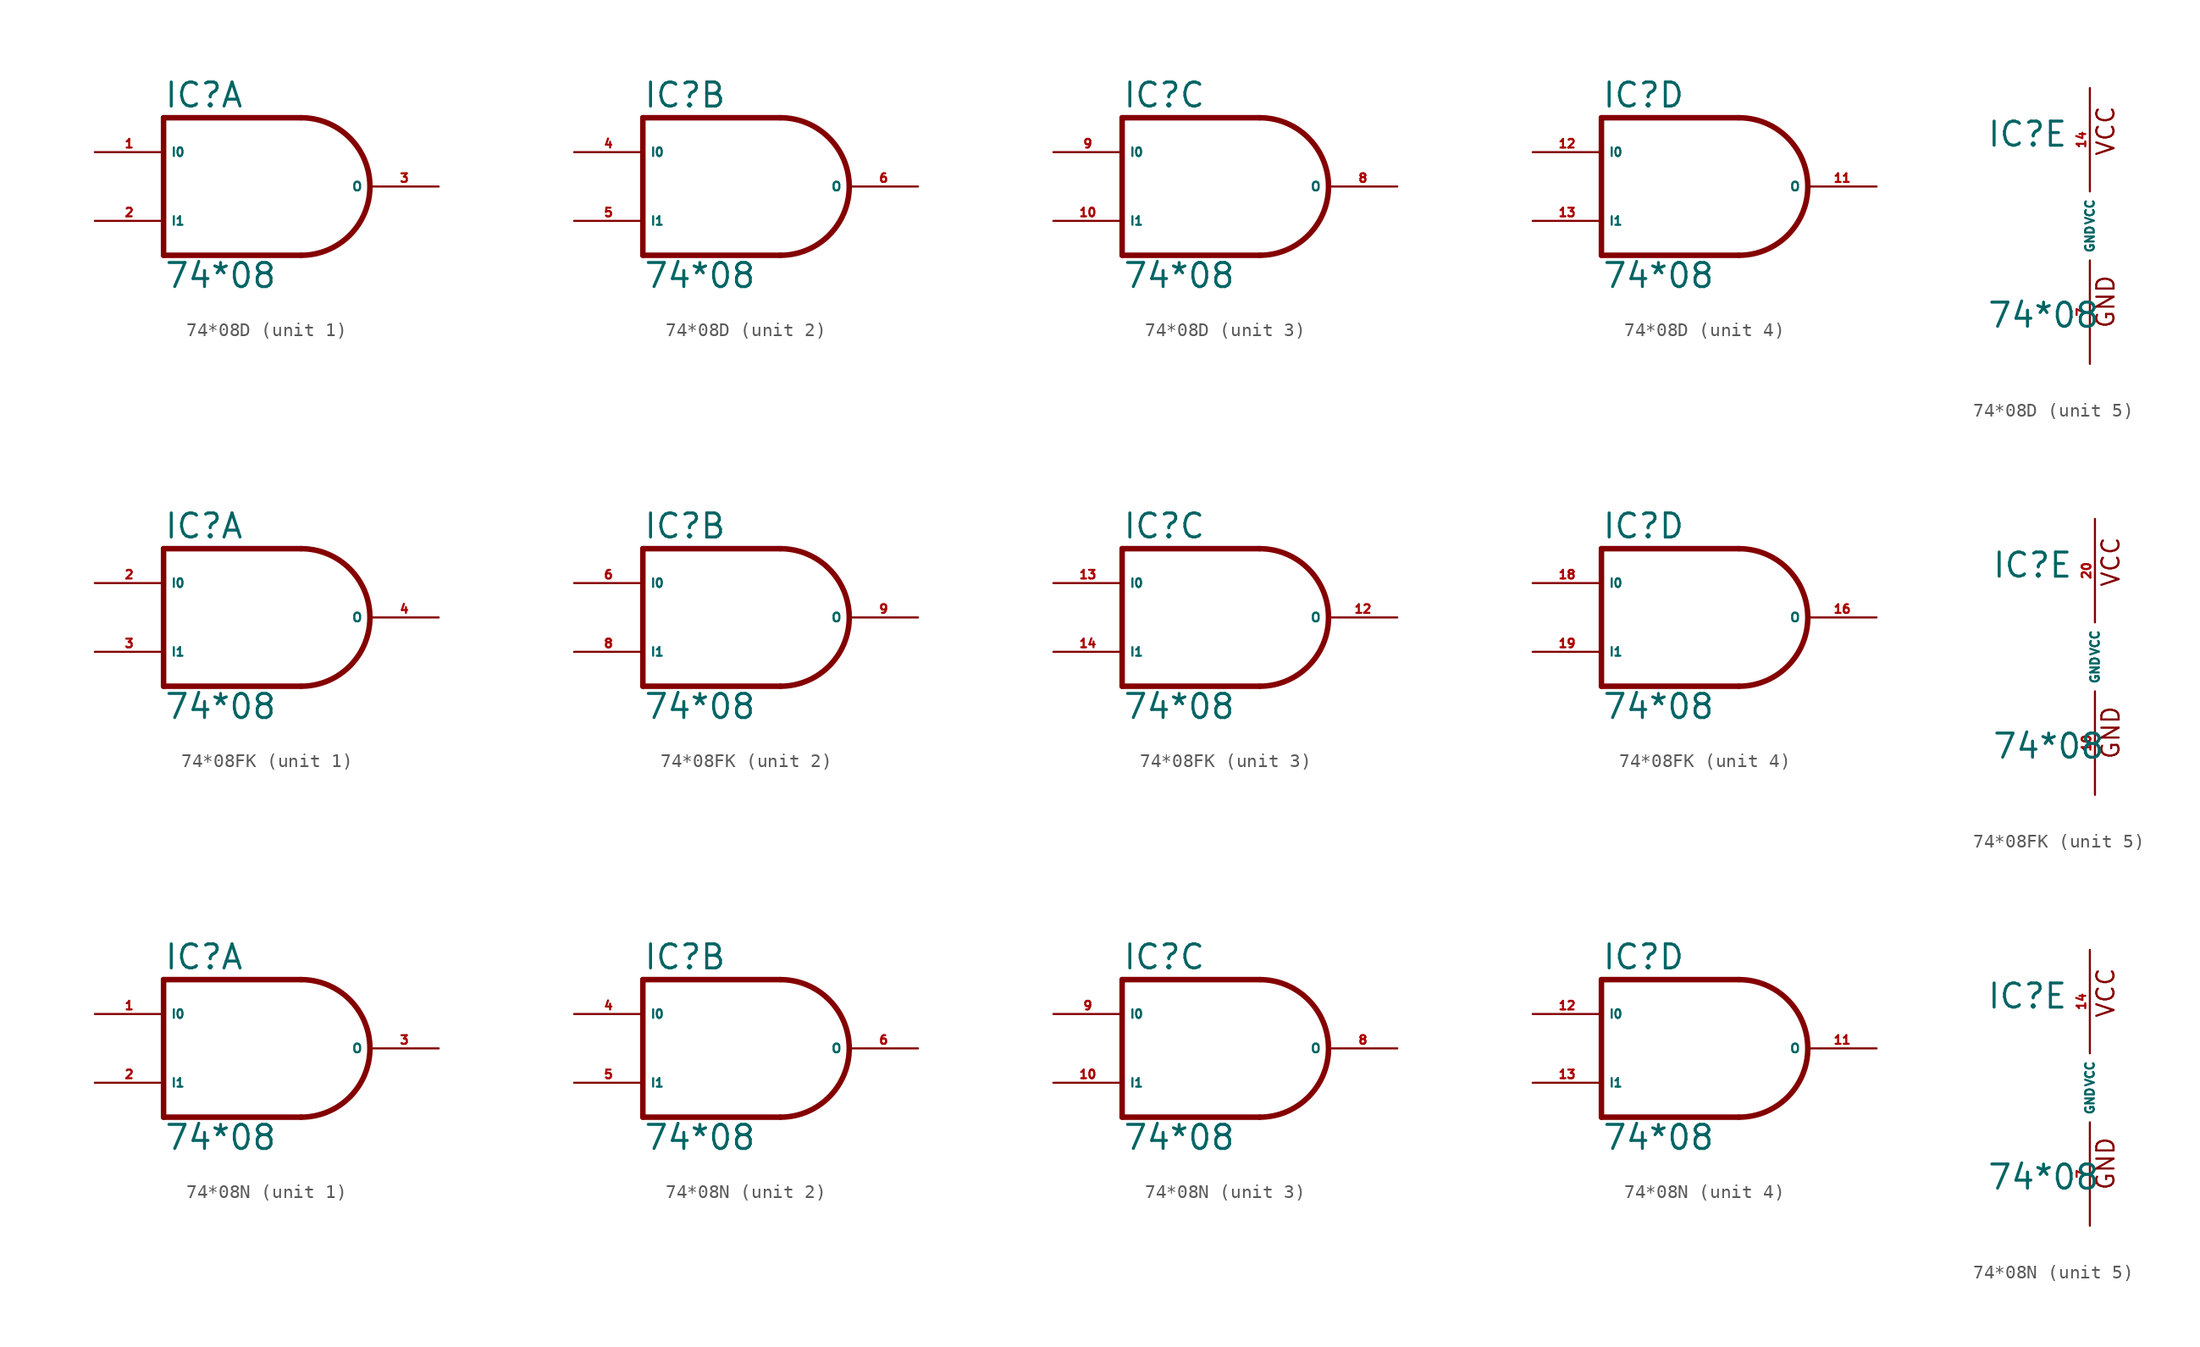
<source format=kicad_sym>
(kicad_symbol_lib
  (version 20220914)
  (generator Eagle2Kicad)
  (symbol "74*08D"
    (property "Reference" "IC"
      (at -7.62 5.715 0)
      (effects (font (size 1.778 1.778) (thickness 0.22)) (justify left bottom)))
    (property "Value" "74*08"
      (at -7.62 -7.62 0)
      (effects (font (size 1.778 1.778) (thickness 0.22)) (justify left bottom)))
    (symbol "74*08D_1_0"
      (polyline (pts (xy -7.62 5.08) (xy -7.62 -5.08)) (stroke (width 0.406) (type default)) (fill (type none)))
      (polyline (pts (xy -7.62 -5.08) (xy 2.54 -5.08)) (stroke (width 0.406) (type default)) (fill (type none)))
      (arc (start 2.54 -5.08) (mid 7.620 0.000) (end 2.54 5.08) (stroke (width 0.4064) (type default)) (fill (type none)))
      (polyline (pts (xy 2.54 5.08) (xy -7.62 5.08)) (stroke (width 0.406) (type default)) (fill (type none)))
      (pin input line (at -12.7 2.54 0) (length 5.08) (name "I0" (effects (font (size 0.635 0.635) (thickness 0.08)) (justify left bottom))) (number "1" (effects (font (size 0.635 0.635) (thickness 0.08)) (justify left bottom))))
      (pin input line (at -12.7 -2.54 0) (length 5.08) (name "I1" (effects (font (size 0.635 0.635) (thickness 0.08)) (justify left bottom))) (number "2" (effects (font (size 0.635 0.635) (thickness 0.08)) (justify left bottom))))
      (pin output line (at 12.7 0 180) (length 5.08) (name "O" (effects (font (size 0.635 0.635) (thickness 0.08)) (justify left bottom))) (number "3" (effects (font (size 0.635 0.635) (thickness 0.08)) (justify left bottom)))))
    (symbol "74*08D_2_0"
      (polyline (pts (xy -7.62 5.08) (xy -7.62 -5.08)) (stroke (width 0.406) (type default)) (fill (type none)))
      (polyline (pts (xy -7.62 -5.08) (xy 2.54 -5.08)) (stroke (width 0.406) (type default)) (fill (type none)))
      (arc (start 2.54 -5.08) (mid 7.620 0.000) (end 2.54 5.08) (stroke (width 0.4064) (type default)) (fill (type none)))
      (polyline (pts (xy 2.54 5.08) (xy -7.62 5.08)) (stroke (width 0.406) (type default)) (fill (type none)))
      (pin input line (at -12.7 2.54 0) (length 5.08) (name "I0" (effects (font (size 0.635 0.635) (thickness 0.08)) (justify left bottom))) (number "4" (effects (font (size 0.635 0.635) (thickness 0.08)) (justify left bottom))))
      (pin input line (at -12.7 -2.54 0) (length 5.08) (name "I1" (effects (font (size 0.635 0.635) (thickness 0.08)) (justify left bottom))) (number "5" (effects (font (size 0.635 0.635) (thickness 0.08)) (justify left bottom))))
      (pin output line (at 12.7 0 180) (length 5.08) (name "O" (effects (font (size 0.635 0.635) (thickness 0.08)) (justify left bottom))) (number "6" (effects (font (size 0.635 0.635) (thickness 0.08)) (justify left bottom)))))
    (symbol "74*08D_3_0"
      (polyline (pts (xy -7.62 5.08) (xy -7.62 -5.08)) (stroke (width 0.406) (type default)) (fill (type none)))
      (polyline (pts (xy -7.62 -5.08) (xy 2.54 -5.08)) (stroke (width 0.406) (type default)) (fill (type none)))
      (arc (start 2.54 -5.08) (mid 7.620 0.000) (end 2.54 5.08) (stroke (width 0.4064) (type default)) (fill (type none)))
      (polyline (pts (xy 2.54 5.08) (xy -7.62 5.08)) (stroke (width 0.406) (type default)) (fill (type none)))
      (pin input line (at -12.7 2.54 0) (length 5.08) (name "I0" (effects (font (size 0.635 0.635) (thickness 0.08)) (justify left bottom))) (number "9" (effects (font (size 0.635 0.635) (thickness 0.08)) (justify left bottom))))
      (pin input line (at -12.7 -2.54 0) (length 5.08) (name "I1" (effects (font (size 0.635 0.635) (thickness 0.08)) (justify left bottom))) (number "10" (effects (font (size 0.635 0.635) (thickness 0.08)) (justify left bottom))))
      (pin output line (at 12.7 0 180) (length 5.08) (name "O" (effects (font (size 0.635 0.635) (thickness 0.08)) (justify left bottom))) (number "8" (effects (font (size 0.635 0.635) (thickness 0.08)) (justify left bottom)))))
    (symbol "74*08D_4_0"
      (polyline (pts (xy -7.62 5.08) (xy -7.62 -5.08)) (stroke (width 0.406) (type default)) (fill (type none)))
      (polyline (pts (xy -7.62 -5.08) (xy 2.54 -5.08)) (stroke (width 0.406) (type default)) (fill (type none)))
      (arc (start 2.54 -5.08) (mid 7.620 0.000) (end 2.54 5.08) (stroke (width 0.4064) (type default)) (fill (type none)))
      (polyline (pts (xy 2.54 5.08) (xy -7.62 5.08)) (stroke (width 0.406) (type default)) (fill (type none)))
      (pin input line (at -12.7 2.54 0) (length 5.08) (name "I0" (effects (font (size 0.635 0.635) (thickness 0.08)) (justify left bottom))) (number "12" (effects (font (size 0.635 0.635) (thickness 0.08)) (justify left bottom))))
      (pin input line (at -12.7 -2.54 0) (length 5.08) (name "I1" (effects (font (size 0.635 0.635) (thickness 0.08)) (justify left bottom))) (number "13" (effects (font (size 0.635 0.635) (thickness 0.08)) (justify left bottom))))
      (pin output line (at 12.7 0 180) (length 5.08) (name "O" (effects (font (size 0.635 0.635) (thickness 0.08)) (justify left bottom))) (number "11" (effects (font (size 0.635 0.635) (thickness 0.08)) (justify left bottom)))))
    (symbol "74*08D_5_0"
      (text "GND" (at 1.905 -7.62 900) (effects (font (size 1.27 1.27) (thickness 0.16)) (justify left bottom)))
      (text "VCC" (at 1.905 5.08 900) (effects (font (size 1.27 1.27) (thickness 0.16)) (justify left bottom)))
      (pin unspecified line (at 0 -10.16 90) (length 7.62) (name "GND" (effects (font (size 0.635 0.635) (thickness 0.08)) (justify left bottom))) (number "7" (effects (font (size 0.635 0.635) (thickness 0.08)) (justify left bottom))))
      (pin unspecified line (at 0 10.16 270) (length 7.62) (name "VCC" (effects (font (size 0.635 0.635) (thickness 0.08)) (justify left bottom))) (number "14" (effects (font (size 0.635 0.635) (thickness 0.08)) (justify left bottom))))))
  (symbol "74*08FK"
    (property "Reference" "IC"
      (at -7.62 5.715 0)
      (effects (font (size 1.778 1.778) (thickness 0.22)) (justify left bottom)))
    (property "Value" "74*08"
      (at -7.62 -7.62 0)
      (effects (font (size 1.778 1.778) (thickness 0.22)) (justify left bottom)))
    (symbol "74*08FK_1_0"
      (polyline (pts (xy -7.62 5.08) (xy -7.62 -5.08)) (stroke (width 0.406) (type default)) (fill (type none)))
      (polyline (pts (xy -7.62 -5.08) (xy 2.54 -5.08)) (stroke (width 0.406) (type default)) (fill (type none)))
      (arc (start 2.54 -5.08) (mid 7.620 0.000) (end 2.54 5.08) (stroke (width 0.4064) (type default)) (fill (type none)))
      (polyline (pts (xy 2.54 5.08) (xy -7.62 5.08)) (stroke (width 0.406) (type default)) (fill (type none)))
      (pin input line (at -12.7 2.54 0) (length 5.08) (name "I0" (effects (font (size 0.635 0.635) (thickness 0.08)) (justify left bottom))) (number "2" (effects (font (size 0.635 0.635) (thickness 0.08)) (justify left bottom))))
      (pin input line (at -12.7 -2.54 0) (length 5.08) (name "I1" (effects (font (size 0.635 0.635) (thickness 0.08)) (justify left bottom))) (number "3" (effects (font (size 0.635 0.635) (thickness 0.08)) (justify left bottom))))
      (pin output line (at 12.7 0 180) (length 5.08) (name "O" (effects (font (size 0.635 0.635) (thickness 0.08)) (justify left bottom))) (number "4" (effects (font (size 0.635 0.635) (thickness 0.08)) (justify left bottom)))))
    (symbol "74*08FK_2_0"
      (polyline (pts (xy -7.62 5.08) (xy -7.62 -5.08)) (stroke (width 0.406) (type default)) (fill (type none)))
      (polyline (pts (xy -7.62 -5.08) (xy 2.54 -5.08)) (stroke (width 0.406) (type default)) (fill (type none)))
      (arc (start 2.54 -5.08) (mid 7.620 0.000) (end 2.54 5.08) (stroke (width 0.4064) (type default)) (fill (type none)))
      (polyline (pts (xy 2.54 5.08) (xy -7.62 5.08)) (stroke (width 0.406) (type default)) (fill (type none)))
      (pin input line (at -12.7 2.54 0) (length 5.08) (name "I0" (effects (font (size 0.635 0.635) (thickness 0.08)) (justify left bottom))) (number "6" (effects (font (size 0.635 0.635) (thickness 0.08)) (justify left bottom))))
      (pin input line (at -12.7 -2.54 0) (length 5.08) (name "I1" (effects (font (size 0.635 0.635) (thickness 0.08)) (justify left bottom))) (number "8" (effects (font (size 0.635 0.635) (thickness 0.08)) (justify left bottom))))
      (pin output line (at 12.7 0 180) (length 5.08) (name "O" (effects (font (size 0.635 0.635) (thickness 0.08)) (justify left bottom))) (number "9" (effects (font (size 0.635 0.635) (thickness 0.08)) (justify left bottom)))))
    (symbol "74*08FK_3_0"
      (polyline (pts (xy -7.62 5.08) (xy -7.62 -5.08)) (stroke (width 0.406) (type default)) (fill (type none)))
      (polyline (pts (xy -7.62 -5.08) (xy 2.54 -5.08)) (stroke (width 0.406) (type default)) (fill (type none)))
      (arc (start 2.54 -5.08) (mid 7.620 0.000) (end 2.54 5.08) (stroke (width 0.4064) (type default)) (fill (type none)))
      (polyline (pts (xy 2.54 5.08) (xy -7.62 5.08)) (stroke (width 0.406) (type default)) (fill (type none)))
      (pin input line (at -12.7 2.54 0) (length 5.08) (name "I0" (effects (font (size 0.635 0.635) (thickness 0.08)) (justify left bottom))) (number "13" (effects (font (size 0.635 0.635) (thickness 0.08)) (justify left bottom))))
      (pin input line (at -12.7 -2.54 0) (length 5.08) (name "I1" (effects (font (size 0.635 0.635) (thickness 0.08)) (justify left bottom))) (number "14" (effects (font (size 0.635 0.635) (thickness 0.08)) (justify left bottom))))
      (pin output line (at 12.7 0 180) (length 5.08) (name "O" (effects (font (size 0.635 0.635) (thickness 0.08)) (justify left bottom))) (number "12" (effects (font (size 0.635 0.635) (thickness 0.08)) (justify left bottom)))))
    (symbol "74*08FK_4_0"
      (polyline (pts (xy -7.62 5.08) (xy -7.62 -5.08)) (stroke (width 0.406) (type default)) (fill (type none)))
      (polyline (pts (xy -7.62 -5.08) (xy 2.54 -5.08)) (stroke (width 0.406) (type default)) (fill (type none)))
      (arc (start 2.54 -5.08) (mid 7.620 0.000) (end 2.54 5.08) (stroke (width 0.4064) (type default)) (fill (type none)))
      (polyline (pts (xy 2.54 5.08) (xy -7.62 5.08)) (stroke (width 0.406) (type default)) (fill (type none)))
      (pin input line (at -12.7 2.54 0) (length 5.08) (name "I0" (effects (font (size 0.635 0.635) (thickness 0.08)) (justify left bottom))) (number "18" (effects (font (size 0.635 0.635) (thickness 0.08)) (justify left bottom))))
      (pin input line (at -12.7 -2.54 0) (length 5.08) (name "I1" (effects (font (size 0.635 0.635) (thickness 0.08)) (justify left bottom))) (number "19" (effects (font (size 0.635 0.635) (thickness 0.08)) (justify left bottom))))
      (pin output line (at 12.7 0 180) (length 5.08) (name "O" (effects (font (size 0.635 0.635) (thickness 0.08)) (justify left bottom))) (number "16" (effects (font (size 0.635 0.635) (thickness 0.08)) (justify left bottom)))))
    (symbol "74*08FK_5_0"
      (text "GND" (at 1.905 -7.62 900) (effects (font (size 1.27 1.27) (thickness 0.16)) (justify left bottom)))
      (text "VCC" (at 1.905 5.08 900) (effects (font (size 1.27 1.27) (thickness 0.16)) (justify left bottom)))
      (pin unspecified line (at 0 -10.16 90) (length 7.62) (name "GND" (effects (font (size 0.635 0.635) (thickness 0.08)) (justify left bottom))) (number "10" (effects (font (size 0.635 0.635) (thickness 0.08)) (justify left bottom))))
      (pin unspecified line (at 0 10.16 270) (length 7.62) (name "VCC" (effects (font (size 0.635 0.635) (thickness 0.08)) (justify left bottom))) (number "20" (effects (font (size 0.635 0.635) (thickness 0.08)) (justify left bottom))))))
  (symbol "74*08N"
    (property "Reference" "IC"
      (at -7.62 5.715 0)
      (effects (font (size 1.778 1.778) (thickness 0.22)) (justify left bottom)))
    (property "Value" "74*08"
      (at -7.62 -7.62 0)
      (effects (font (size 1.778 1.778) (thickness 0.22)) (justify left bottom)))
    (symbol "74*08N_1_0"
      (polyline (pts (xy -7.62 5.08) (xy -7.62 -5.08)) (stroke (width 0.406) (type default)) (fill (type none)))
      (polyline (pts (xy -7.62 -5.08) (xy 2.54 -5.08)) (stroke (width 0.406) (type default)) (fill (type none)))
      (arc (start 2.54 -5.08) (mid 7.620 0.000) (end 2.54 5.08) (stroke (width 0.4064) (type default)) (fill (type none)))
      (polyline (pts (xy 2.54 5.08) (xy -7.62 5.08)) (stroke (width 0.406) (type default)) (fill (type none)))
      (pin input line (at -12.7 2.54 0) (length 5.08) (name "I0" (effects (font (size 0.635 0.635) (thickness 0.08)) (justify left bottom))) (number "1" (effects (font (size 0.635 0.635) (thickness 0.08)) (justify left bottom))))
      (pin input line (at -12.7 -2.54 0) (length 5.08) (name "I1" (effects (font (size 0.635 0.635) (thickness 0.08)) (justify left bottom))) (number "2" (effects (font (size 0.635 0.635) (thickness 0.08)) (justify left bottom))))
      (pin output line (at 12.7 0 180) (length 5.08) (name "O" (effects (font (size 0.635 0.635) (thickness 0.08)) (justify left bottom))) (number "3" (effects (font (size 0.635 0.635) (thickness 0.08)) (justify left bottom)))))
    (symbol "74*08N_2_0"
      (polyline (pts (xy -7.62 5.08) (xy -7.62 -5.08)) (stroke (width 0.406) (type default)) (fill (type none)))
      (polyline (pts (xy -7.62 -5.08) (xy 2.54 -5.08)) (stroke (width 0.406) (type default)) (fill (type none)))
      (arc (start 2.54 -5.08) (mid 7.620 0.000) (end 2.54 5.08) (stroke (width 0.4064) (type default)) (fill (type none)))
      (polyline (pts (xy 2.54 5.08) (xy -7.62 5.08)) (stroke (width 0.406) (type default)) (fill (type none)))
      (pin input line (at -12.7 2.54 0) (length 5.08) (name "I0" (effects (font (size 0.635 0.635) (thickness 0.08)) (justify left bottom))) (number "4" (effects (font (size 0.635 0.635) (thickness 0.08)) (justify left bottom))))
      (pin input line (at -12.7 -2.54 0) (length 5.08) (name "I1" (effects (font (size 0.635 0.635) (thickness 0.08)) (justify left bottom))) (number "5" (effects (font (size 0.635 0.635) (thickness 0.08)) (justify left bottom))))
      (pin output line (at 12.7 0 180) (length 5.08) (name "O" (effects (font (size 0.635 0.635) (thickness 0.08)) (justify left bottom))) (number "6" (effects (font (size 0.635 0.635) (thickness 0.08)) (justify left bottom)))))
    (symbol "74*08N_3_0"
      (polyline (pts (xy -7.62 5.08) (xy -7.62 -5.08)) (stroke (width 0.406) (type default)) (fill (type none)))
      (polyline (pts (xy -7.62 -5.08) (xy 2.54 -5.08)) (stroke (width 0.406) (type default)) (fill (type none)))
      (arc (start 2.54 -5.08) (mid 7.620 0.000) (end 2.54 5.08) (stroke (width 0.4064) (type default)) (fill (type none)))
      (polyline (pts (xy 2.54 5.08) (xy -7.62 5.08)) (stroke (width 0.406) (type default)) (fill (type none)))
      (pin input line (at -12.7 2.54 0) (length 5.08) (name "I0" (effects (font (size 0.635 0.635) (thickness 0.08)) (justify left bottom))) (number "9" (effects (font (size 0.635 0.635) (thickness 0.08)) (justify left bottom))))
      (pin input line (at -12.7 -2.54 0) (length 5.08) (name "I1" (effects (font (size 0.635 0.635) (thickness 0.08)) (justify left bottom))) (number "10" (effects (font (size 0.635 0.635) (thickness 0.08)) (justify left bottom))))
      (pin output line (at 12.7 0 180) (length 5.08) (name "O" (effects (font (size 0.635 0.635) (thickness 0.08)) (justify left bottom))) (number "8" (effects (font (size 0.635 0.635) (thickness 0.08)) (justify left bottom)))))
    (symbol "74*08N_4_0"
      (polyline (pts (xy -7.62 5.08) (xy -7.62 -5.08)) (stroke (width 0.406) (type default)) (fill (type none)))
      (polyline (pts (xy -7.62 -5.08) (xy 2.54 -5.08)) (stroke (width 0.406) (type default)) (fill (type none)))
      (arc (start 2.54 -5.08) (mid 7.620 0.000) (end 2.54 5.08) (stroke (width 0.4064) (type default)) (fill (type none)))
      (polyline (pts (xy 2.54 5.08) (xy -7.62 5.08)) (stroke (width 0.406) (type default)) (fill (type none)))
      (pin input line (at -12.7 2.54 0) (length 5.08) (name "I0" (effects (font (size 0.635 0.635) (thickness 0.08)) (justify left bottom))) (number "12" (effects (font (size 0.635 0.635) (thickness 0.08)) (justify left bottom))))
      (pin input line (at -12.7 -2.54 0) (length 5.08) (name "I1" (effects (font (size 0.635 0.635) (thickness 0.08)) (justify left bottom))) (number "13" (effects (font (size 0.635 0.635) (thickness 0.08)) (justify left bottom))))
      (pin output line (at 12.7 0 180) (length 5.08) (name "O" (effects (font (size 0.635 0.635) (thickness 0.08)) (justify left bottom))) (number "11" (effects (font (size 0.635 0.635) (thickness 0.08)) (justify left bottom)))))
    (symbol "74*08N_5_0"
      (text "GND" (at 1.905 -7.62 900) (effects (font (size 1.27 1.27) (thickness 0.16)) (justify left bottom)))
      (text "VCC" (at 1.905 5.08 900) (effects (font (size 1.27 1.27) (thickness 0.16)) (justify left bottom)))
      (pin unspecified line (at 0 -10.16 90) (length 7.62) (name "GND" (effects (font (size 0.635 0.635) (thickness 0.08)) (justify left bottom))) (number "7" (effects (font (size 0.635 0.635) (thickness 0.08)) (justify left bottom))))
      (pin unspecified line (at 0 10.16 270) (length 7.62) (name "VCC" (effects (font (size 0.635 0.635) (thickness 0.08)) (justify left bottom))) (number "14" (effects (font (size 0.635 0.635) (thickness 0.08)) (justify left bottom)))))))
</source>
